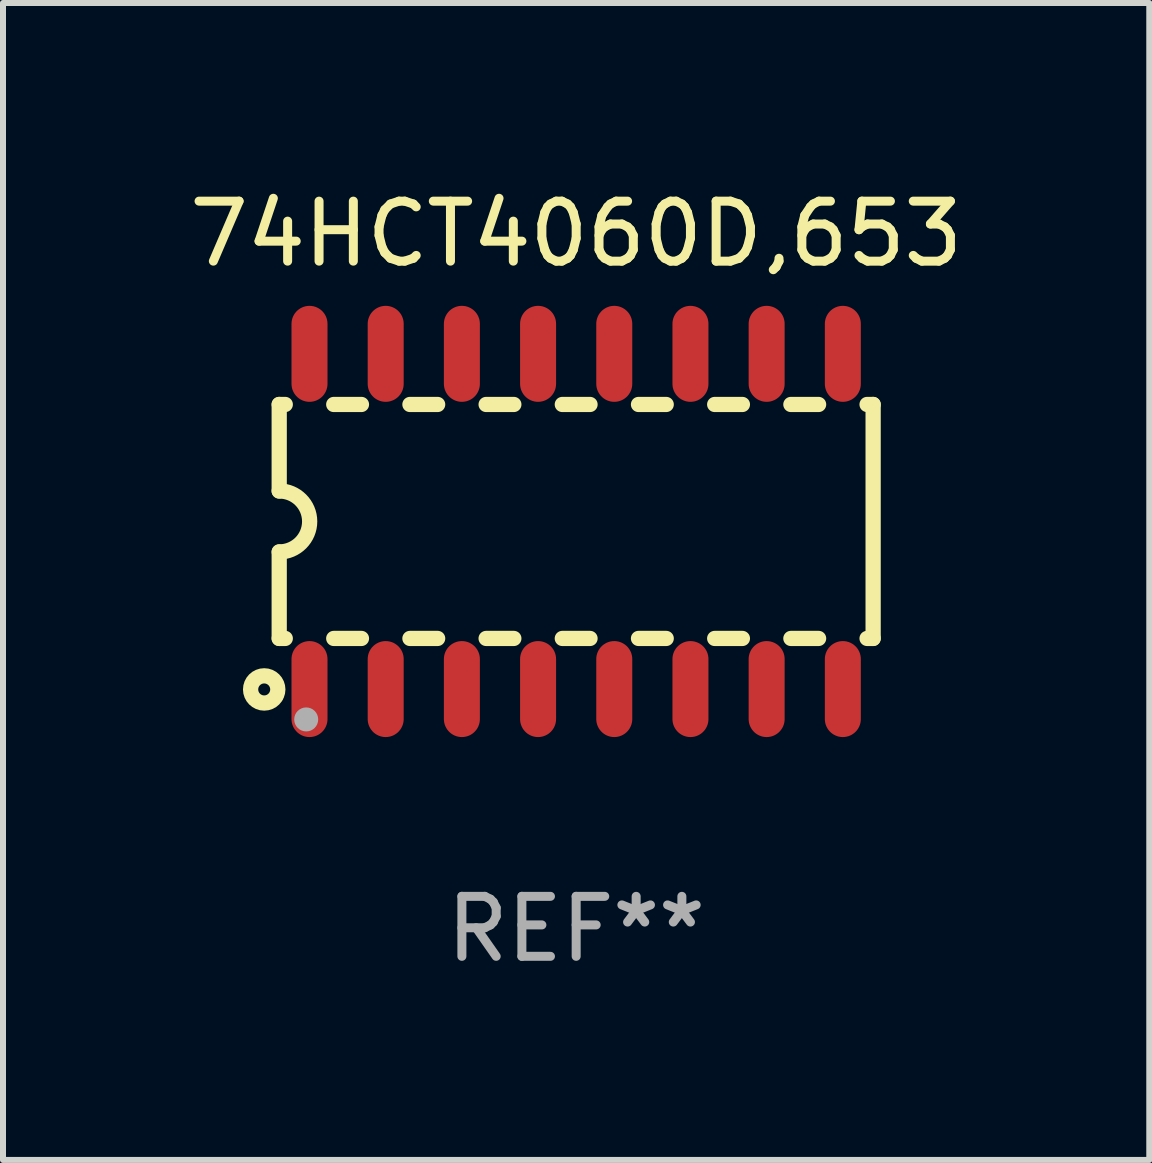
<source format=kicad_pcb>
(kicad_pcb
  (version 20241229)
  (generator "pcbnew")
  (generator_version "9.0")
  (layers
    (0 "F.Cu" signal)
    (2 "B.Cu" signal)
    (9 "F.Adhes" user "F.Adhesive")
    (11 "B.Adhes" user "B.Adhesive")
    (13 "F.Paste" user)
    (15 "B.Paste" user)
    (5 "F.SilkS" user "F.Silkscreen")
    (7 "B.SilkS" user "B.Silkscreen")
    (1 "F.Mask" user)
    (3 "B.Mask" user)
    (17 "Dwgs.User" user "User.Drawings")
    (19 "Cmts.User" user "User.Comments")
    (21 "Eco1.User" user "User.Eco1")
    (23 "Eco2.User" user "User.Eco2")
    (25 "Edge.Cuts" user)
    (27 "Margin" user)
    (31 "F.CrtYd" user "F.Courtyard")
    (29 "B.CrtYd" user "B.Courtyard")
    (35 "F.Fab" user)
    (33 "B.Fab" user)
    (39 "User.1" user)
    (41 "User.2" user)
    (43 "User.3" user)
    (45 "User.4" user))
  (footprint "74HCT4060D,653"
    (layer "F.Cu")
    (at 6.554 5.642)
    (property "Reference" "74HCT4060D,653" (at 0 -4.794 0) (layer "F.SilkS") (effects (font (size 1 1) (thickness 0.15))))
    (attr through_hole)
    (fp_line (start -4.95 -1.95) (end -4.95 -0.508) (stroke (width 0.254) (type solid)) (layer "F.SilkS"))
    (fp_line (start -4.95 -1.95) (end -4.849 -1.95) (stroke (width 0.254) (type solid)) (layer "F.SilkS"))
    (fp_line (start -4.95 1.95) (end -4.95 0.508) (stroke (width 0.254) (type solid)) (layer "F.SilkS"))
    (fp_line (start -4.95 1.95) (end -4.849 1.95) (stroke (width 0.254) (type solid)) (layer "F.SilkS"))
    (fp_line (start -4.041 -1.95) (end -3.579 -1.95) (stroke (width 0.254) (type solid)) (layer "F.SilkS"))
    (fp_line (start -4.041 1.95) (end -3.579 1.95) (stroke (width 0.254) (type solid)) (layer "F.SilkS"))
    (fp_line (start -2.771 -1.95) (end -2.309 -1.95) (stroke (width 0.254) (type solid)) (layer "F.SilkS"))
    (fp_line (start -2.771 1.95) (end -2.309 1.95) (stroke (width 0.254) (type solid)) (layer "F.SilkS"))
    (fp_line (start -1.501 -1.95) (end -1.039 -1.95) (stroke (width 0.254) (type solid)) (layer "F.SilkS"))
    (fp_line (start -1.501 1.95) (end -1.039 1.95) (stroke (width 0.254) (type solid)) (layer "F.SilkS"))
    (fp_line (start -0.231 -1.95) (end 0.231 -1.95) (stroke (width 0.254) (type solid)) (layer "F.SilkS"))
    (fp_line (start -0.231 1.95) (end 0.231 1.95) (stroke (width 0.254) (type solid)) (layer "F.SilkS"))
    (fp_line (start 1.039 -1.95) (end 1.501 -1.95) (stroke (width 0.254) (type solid)) (layer "F.SilkS"))
    (fp_line (start 1.039 1.95) (end 1.501 1.95) (stroke (width 0.254) (type solid)) (layer "F.SilkS"))
    (fp_line (start 2.309 -1.95) (end 2.771 -1.95) (stroke (width 0.254) (type solid)) (layer "F.SilkS"))
    (fp_line (start 2.309 1.95) (end 2.771 1.95) (stroke (width 0.254) (type solid)) (layer "F.SilkS"))
    (fp_line (start 3.579 -1.95) (end 4.041 -1.95) (stroke (width 0.254) (type solid)) (layer "F.SilkS"))
    (fp_line (start 3.579 1.95) (end 4.041 1.95) (stroke (width 0.254) (type solid)) (layer "F.SilkS"))
    (fp_line (start 4.849 -1.95) (end 4.95 -1.95) (stroke (width 0.254) (type solid)) (layer "F.SilkS"))
    (fp_line (start 4.849 1.95) (end 4.95 1.95) (stroke (width 0.254) (type solid)) (layer "F.SilkS"))
    (fp_line (start 4.95 -1.95) (end 4.95 1.95) (stroke (width 0.254) (type solid)) (layer "F.SilkS"))
    (fp_arc (start -4.95047 -0.508001) (mid -4.442469 -0.000228) (end -4.950013 0.508001) (stroke (width 0.254001) (type solid)) (layer "F.SilkS"))
    (fp_circle (center -5.2 2.8) (end -5.1 2.8) (stroke (width 0.254) (type solid)) (fill no) (layer "F.SilkS"))
    (fp_circle (center -4.95 2.947) (end -4.92 2.947) (stroke (width 0.06) (type solid)) (fill no) (layer "F.SilkS"))
    (fp_circle (center -4.5 3.3) (end -4.4 3.3) (stroke (width 0.2) (type solid)) (fill no) (layer "F.Fab"))
    (fp_text user "REF**" (at 0 6.794 0) (layer "F.Fab") (effects (font (size 1 1) (thickness 0.15))))
    (pad "1" smd oval (at -4.445 2.794) (size 0.6 1.6) (layers "F.Cu" "F.Mask" "F.Paste"))
    (pad "2" smd oval (at -3.175 2.794) (size 0.6 1.6) (layers "F.Cu" "F.Mask" "F.Paste"))
    (pad "3" smd oval (at -1.905 2.794) (size 0.6 1.6) (layers "F.Cu" "F.Mask" "F.Paste"))
    (pad "4" smd oval (at -0.635 2.794) (size 0.6 1.6) (layers "F.Cu" "F.Mask" "F.Paste"))
    (pad "5" smd oval (at 0.635 2.794) (size 0.6 1.6) (layers "F.Cu" "F.Mask" "F.Paste"))
    (pad "6" smd oval (at 1.905 2.794) (size 0.6 1.6) (layers "F.Cu" "F.Mask" "F.Paste"))
    (pad "7" smd oval (at 3.175 2.794) (size 0.6 1.6) (layers "F.Cu" "F.Mask" "F.Paste"))
    (pad "8" smd oval (at 4.445 2.794) (size 0.6 1.6) (layers "F.Cu" "F.Mask" "F.Paste"))
    (pad "9" smd oval (at 4.445 -2.794) (size 0.6 1.6) (layers "F.Cu" "F.Mask" "F.Paste"))
    (pad "10" smd oval (at 3.175 -2.794) (size 0.6 1.6) (layers "F.Cu" "F.Mask" "F.Paste"))
    (pad "11" smd oval (at 1.905 -2.794) (size 0.6 1.6) (layers "F.Cu" "F.Mask" "F.Paste"))
    (pad "12" smd oval (at 0.635 -2.794) (size 0.6 1.6) (layers "F.Cu" "F.Mask" "F.Paste"))
    (pad "13" smd oval (at -0.635 -2.794) (size 0.6 1.6) (layers "F.Cu" "F.Mask" "F.Paste"))
    (pad "14" smd oval (at -1.905 -2.794) (size 0.6 1.6) (layers "F.Cu" "F.Mask" "F.Paste"))
    (pad "15" smd oval (at -3.175 -2.794) (size 0.6 1.6) (layers "F.Cu" "F.Mask" "F.Paste"))
    (pad "16" smd oval (at -4.445 -2.794) (size 0.6 1.6) (layers "F.Cu" "F.Mask" "F.Paste")))
  (gr_rect
    (start -3 -3)
    (end 16.107 16.285)
    (stroke (width 0.1) (type default))
    (fill no)
    (layer "Edge.Cuts")))
</source>
